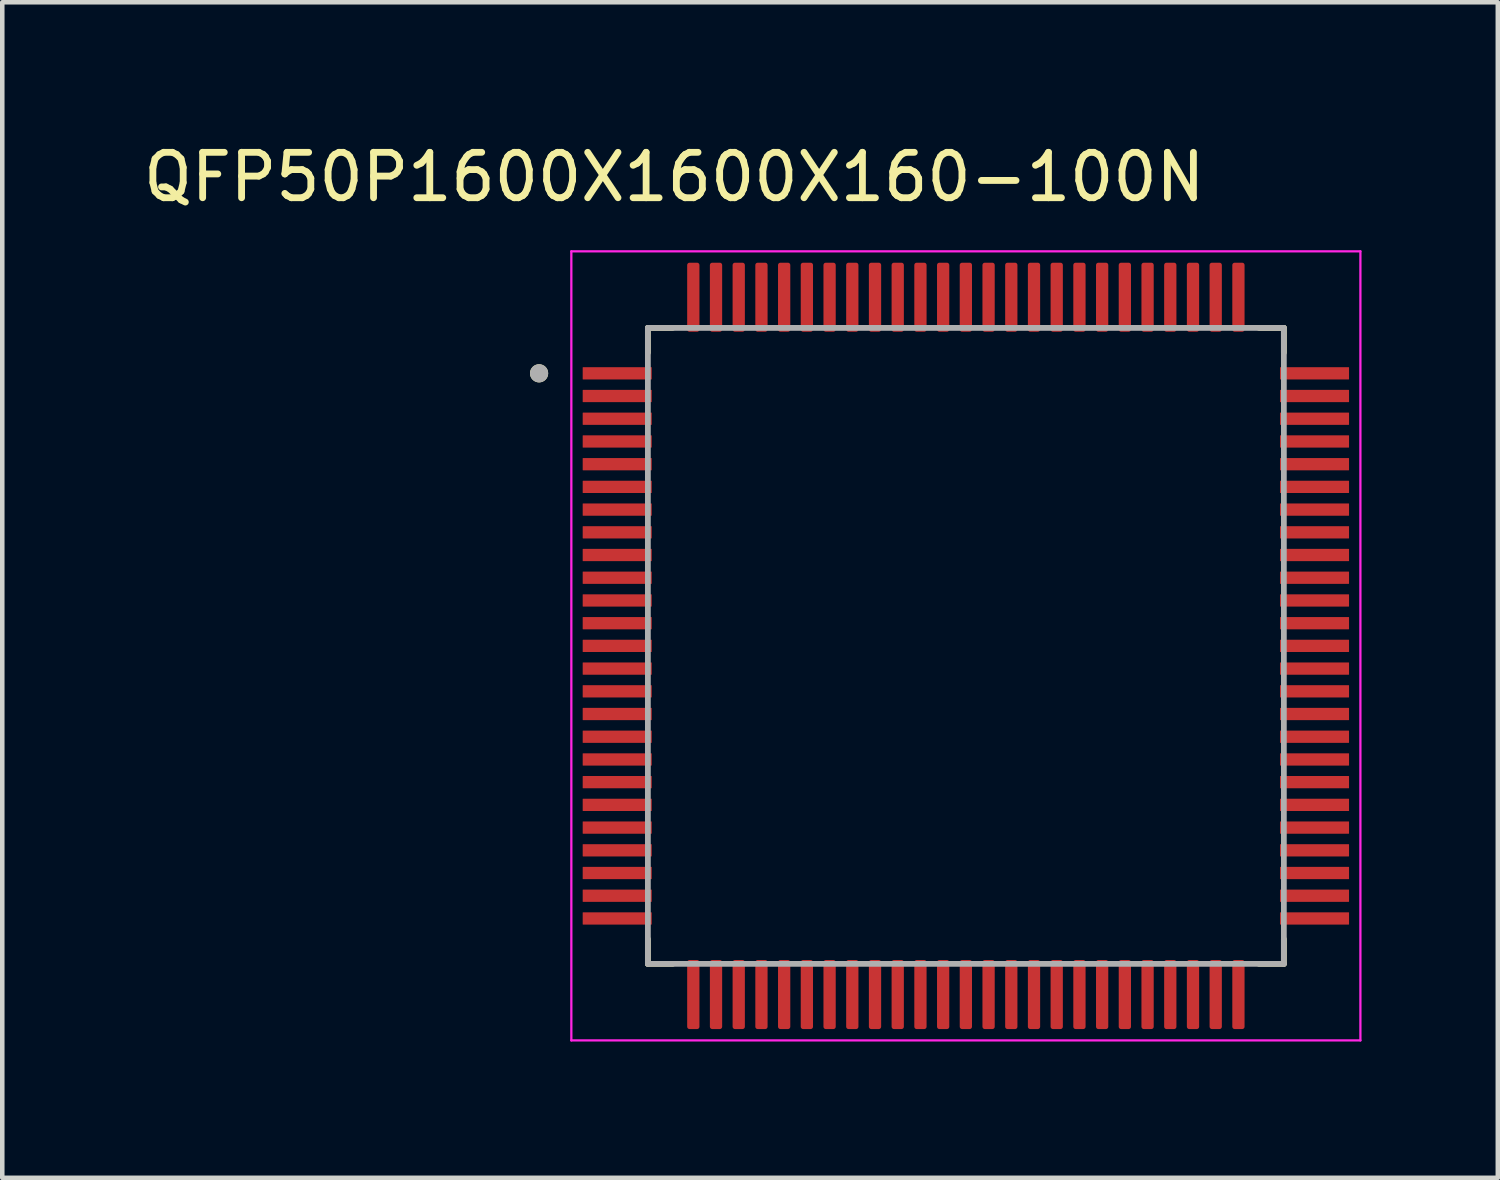
<source format=kicad_pcb>
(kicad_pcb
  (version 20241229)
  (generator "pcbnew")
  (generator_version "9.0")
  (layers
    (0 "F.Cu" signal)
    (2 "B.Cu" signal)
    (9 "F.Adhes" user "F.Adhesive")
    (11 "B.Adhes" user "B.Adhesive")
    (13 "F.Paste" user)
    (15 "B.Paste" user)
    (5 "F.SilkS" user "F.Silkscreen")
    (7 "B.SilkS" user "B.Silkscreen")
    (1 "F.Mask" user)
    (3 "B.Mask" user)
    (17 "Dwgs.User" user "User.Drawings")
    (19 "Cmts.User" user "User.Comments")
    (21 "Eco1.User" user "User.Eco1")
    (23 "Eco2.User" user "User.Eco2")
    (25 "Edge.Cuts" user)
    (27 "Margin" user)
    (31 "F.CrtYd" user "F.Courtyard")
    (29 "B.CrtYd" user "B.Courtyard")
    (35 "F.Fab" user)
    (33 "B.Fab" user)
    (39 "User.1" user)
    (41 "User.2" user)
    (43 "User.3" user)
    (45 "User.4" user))
  (footprint "QFP50P1600X1600X160-100N"
    (layer "F.Cu")
    (at 18.212 11.168)
    (property "Reference" "QFP50P1600X1600X160-100N" (at -6.42 -10.32 0) (layer "F.SilkS") (effects (font (size 1 1) (thickness 0.15))))
    (attr through_hole)
    (fp_line (start -7 -7) (end -7 -6.455) (stroke (width 0.127) (type solid)) (layer "F.SilkS"))
    (fp_line (start -7 -7) (end -6.455 -7) (stroke (width 0.127) (type solid)) (layer "F.SilkS"))
    (fp_line (start -7 7) (end -7 6.455) (stroke (width 0.127) (type solid)) (layer "F.SilkS"))
    (fp_line (start -7 7) (end -6.455 7) (stroke (width 0.127) (type solid)) (layer "F.SilkS"))
    (fp_line (start 7 -7) (end 6.455 -7) (stroke (width 0.127) (type solid)) (layer "F.SilkS"))
    (fp_line (start 7 -7) (end 7 -6.455) (stroke (width 0.127) (type solid)) (layer "F.SilkS"))
    (fp_line (start 7 7) (end 6.455 7) (stroke (width 0.127) (type solid)) (layer "F.SilkS"))
    (fp_line (start 7 7) (end 7 6.455) (stroke (width 0.127) (type solid)) (layer "F.SilkS"))
    (fp_circle (center -9.395 -6) (end -9.295 -6) (stroke (width 0.2) (type solid)) (fill no) (layer "F.SilkS"))
    (fp_line (start -8.685 -8.685) (end 8.685 -8.685) (stroke (width 0.05) (type solid)) (layer "F.CrtYd"))
    (fp_line (start -8.685 8.685) (end -8.685 -8.685) (stroke (width 0.05) (type solid)) (layer "F.CrtYd"))
    (fp_line (start -8.685 8.685) (end 8.685 8.685) (stroke (width 0.05) (type solid)) (layer "F.CrtYd"))
    (fp_line (start 8.685 8.685) (end 8.685 -8.685) (stroke (width 0.05) (type solid)) (layer "F.CrtYd"))
    (fp_line (start -7 7) (end -7 -7) (stroke (width 0.127) (type solid)) (layer "F.Fab"))
    (fp_line (start 7 -7) (end -7 -7) (stroke (width 0.127) (type solid)) (layer "F.Fab"))
    (fp_line (start 7 7) (end -7 7) (stroke (width 0.127) (type solid)) (layer "F.Fab"))
    (fp_line (start 7 7) (end 7 -7) (stroke (width 0.127) (type solid)) (layer "F.Fab"))
    (fp_circle (center -9.395 -6) (end -9.295 -6) (stroke (width 0.2) (type solid)) (fill no) (layer "F.Fab"))
    (pad "1" smd roundrect (at -7.675 -6) (size 1.52 0.27) (layers "F.Cu" "F.Mask" "F.Paste") (roundrect_rratio 0.03))
    (pad "2" smd roundrect (at -7.675 -5.5) (size 1.52 0.27) (layers "F.Cu" "F.Mask" "F.Paste") (roundrect_rratio 0.03))
    (pad "3" smd roundrect (at -7.675 -5) (size 1.52 0.27) (layers "F.Cu" "F.Mask" "F.Paste") (roundrect_rratio 0.03))
    (pad "4" smd roundrect (at -7.675 -4.5) (size 1.52 0.27) (layers "F.Cu" "F.Mask" "F.Paste") (roundrect_rratio 0.03))
    (pad "5" smd roundrect (at -7.675 -4) (size 1.52 0.27) (layers "F.Cu" "F.Mask" "F.Paste") (roundrect_rratio 0.03))
    (pad "6" smd roundrect (at -7.675 -3.5) (size 1.52 0.27) (layers "F.Cu" "F.Mask" "F.Paste") (roundrect_rratio 0.03))
    (pad "7" smd roundrect (at -7.675 -3) (size 1.52 0.27) (layers "F.Cu" "F.Mask" "F.Paste") (roundrect_rratio 0.03))
    (pad "8" smd roundrect (at -7.675 -2.5) (size 1.52 0.27) (layers "F.Cu" "F.Mask" "F.Paste") (roundrect_rratio 0.03))
    (pad "9" smd roundrect (at -7.675 -2) (size 1.52 0.27) (layers "F.Cu" "F.Mask" "F.Paste") (roundrect_rratio 0.03))
    (pad "10" smd roundrect (at -7.675 -1.5) (size 1.52 0.27) (layers "F.Cu" "F.Mask" "F.Paste") (roundrect_rratio 0.03))
    (pad "11" smd roundrect (at -7.675 -1) (size 1.52 0.27) (layers "F.Cu" "F.Mask" "F.Paste") (roundrect_rratio 0.03))
    (pad "12" smd roundrect (at -7.675 -0.5) (size 1.52 0.27) (layers "F.Cu" "F.Mask" "F.Paste") (roundrect_rratio 0.03))
    (pad "13" smd roundrect (at -7.675 0) (size 1.52 0.27) (layers "F.Cu" "F.Mask" "F.Paste") (roundrect_rratio 0.03))
    (pad "14" smd roundrect (at -7.675 0.5) (size 1.52 0.27) (layers "F.Cu" "F.Mask" "F.Paste") (roundrect_rratio 0.03))
    (pad "15" smd roundrect (at -7.675 1) (size 1.52 0.27) (layers "F.Cu" "F.Mask" "F.Paste") (roundrect_rratio 0.03))
    (pad "16" smd roundrect (at -7.675 1.5) (size 1.52 0.27) (layers "F.Cu" "F.Mask" "F.Paste") (roundrect_rratio 0.03))
    (pad "17" smd roundrect (at -7.675 2) (size 1.52 0.27) (layers "F.Cu" "F.Mask" "F.Paste") (roundrect_rratio 0.03))
    (pad "18" smd roundrect (at -7.675 2.5) (size 1.52 0.27) (layers "F.Cu" "F.Mask" "F.Paste") (roundrect_rratio 0.03))
    (pad "19" smd roundrect (at -7.675 3) (size 1.52 0.27) (layers "F.Cu" "F.Mask" "F.Paste") (roundrect_rratio 0.03))
    (pad "20" smd roundrect (at -7.675 3.5) (size 1.52 0.27) (layers "F.Cu" "F.Mask" "F.Paste") (roundrect_rratio 0.03))
    (pad "21" smd roundrect (at -7.675 4) (size 1.52 0.27) (layers "F.Cu" "F.Mask" "F.Paste") (roundrect_rratio 0.03))
    (pad "22" smd roundrect (at -7.675 4.5) (size 1.52 0.27) (layers "F.Cu" "F.Mask" "F.Paste") (roundrect_rratio 0.03))
    (pad "23" smd roundrect (at -7.675 5) (size 1.52 0.27) (layers "F.Cu" "F.Mask" "F.Paste") (roundrect_rratio 0.03))
    (pad "24" smd roundrect (at -7.675 5.5) (size 1.52 0.27) (layers "F.Cu" "F.Mask" "F.Paste") (roundrect_rratio 0.03))
    (pad "25" smd roundrect (at -7.675 6) (size 1.52 0.27) (layers "F.Cu" "F.Mask" "F.Paste") (roundrect_rratio 0.03))
    (pad "26" smd roundrect (at -6 7.675) (size 0.27 1.52) (layers "F.Cu" "F.Mask" "F.Paste") (roundrect_rratio 0.19))
    (pad "27" smd roundrect (at -5.5 7.675) (size 0.27 1.52) (layers "F.Cu" "F.Mask" "F.Paste") (roundrect_rratio 0.19))
    (pad "28" smd roundrect (at -5 7.675) (size 0.27 1.52) (layers "F.Cu" "F.Mask" "F.Paste") (roundrect_rratio 0.19))
    (pad "29" smd roundrect (at -4.5 7.675) (size 0.27 1.52) (layers "F.Cu" "F.Mask" "F.Paste") (roundrect_rratio 0.19))
    (pad "30" smd roundrect (at -4 7.675) (size 0.27 1.52) (layers "F.Cu" "F.Mask" "F.Paste") (roundrect_rratio 0.19))
    (pad "31" smd roundrect (at -3.5 7.675) (size 0.27 1.52) (layers "F.Cu" "F.Mask" "F.Paste") (roundrect_rratio 0.19))
    (pad "32" smd roundrect (at -3 7.675) (size 0.27 1.52) (layers "F.Cu" "F.Mask" "F.Paste") (roundrect_rratio 0.19))
    (pad "33" smd roundrect (at -2.5 7.675) (size 0.27 1.52) (layers "F.Cu" "F.Mask" "F.Paste") (roundrect_rratio 0.19))
    (pad "34" smd roundrect (at -2 7.675) (size 0.27 1.52) (layers "F.Cu" "F.Mask" "F.Paste") (roundrect_rratio 0.19))
    (pad "35" smd roundrect (at -1.5 7.675) (size 0.27 1.52) (layers "F.Cu" "F.Mask" "F.Paste") (roundrect_rratio 0.19))
    (pad "36" smd roundrect (at -1 7.675) (size 0.27 1.52) (layers "F.Cu" "F.Mask" "F.Paste") (roundrect_rratio 0.19))
    (pad "37" smd roundrect (at -0.5 7.675) (size 0.27 1.52) (layers "F.Cu" "F.Mask" "F.Paste") (roundrect_rratio 0.19))
    (pad "38" smd roundrect (at 0 7.675) (size 0.27 1.52) (layers "F.Cu" "F.Mask" "F.Paste") (roundrect_rratio 0.19))
    (pad "39" smd roundrect (at 0.5 7.675) (size 0.27 1.52) (layers "F.Cu" "F.Mask" "F.Paste") (roundrect_rratio 0.19))
    (pad "40" smd roundrect (at 1 7.675) (size 0.27 1.52) (layers "F.Cu" "F.Mask" "F.Paste") (roundrect_rratio 0.19))
    (pad "41" smd roundrect (at 1.5 7.675) (size 0.27 1.52) (layers "F.Cu" "F.Mask" "F.Paste") (roundrect_rratio 0.19))
    (pad "42" smd roundrect (at 2 7.675) (size 0.27 1.52) (layers "F.Cu" "F.Mask" "F.Paste") (roundrect_rratio 0.19))
    (pad "43" smd roundrect (at 2.5 7.675) (size 0.27 1.52) (layers "F.Cu" "F.Mask" "F.Paste") (roundrect_rratio 0.19))
    (pad "44" smd roundrect (at 3 7.675) (size 0.27 1.52) (layers "F.Cu" "F.Mask" "F.Paste") (roundrect_rratio 0.19))
    (pad "45" smd roundrect (at 3.5 7.675) (size 0.27 1.52) (layers "F.Cu" "F.Mask" "F.Paste") (roundrect_rratio 0.19))
    (pad "46" smd roundrect (at 4 7.675) (size 0.27 1.52) (layers "F.Cu" "F.Mask" "F.Paste") (roundrect_rratio 0.19))
    (pad "47" smd roundrect (at 4.5 7.675) (size 0.27 1.52) (layers "F.Cu" "F.Mask" "F.Paste") (roundrect_rratio 0.19))
    (pad "48" smd roundrect (at 5 7.675) (size 0.27 1.52) (layers "F.Cu" "F.Mask" "F.Paste") (roundrect_rratio 0.19))
    (pad "49" smd roundrect (at 5.5 7.675) (size 0.27 1.52) (layers "F.Cu" "F.Mask" "F.Paste") (roundrect_rratio 0.19))
    (pad "50" smd roundrect (at 6 7.675) (size 0.27 1.52) (layers "F.Cu" "F.Mask" "F.Paste") (roundrect_rratio 0.19))
    (pad "51" smd roundrect (at 7.675 6) (size 1.52 0.27) (layers "F.Cu" "F.Mask" "F.Paste") (roundrect_rratio 0.03))
    (pad "52" smd roundrect (at 7.675 5.5) (size 1.52 0.27) (layers "F.Cu" "F.Mask" "F.Paste") (roundrect_rratio 0.03))
    (pad "53" smd roundrect (at 7.675 5) (size 1.52 0.27) (layers "F.Cu" "F.Mask" "F.Paste") (roundrect_rratio 0.03))
    (pad "54" smd roundrect (at 7.675 4.5) (size 1.52 0.27) (layers "F.Cu" "F.Mask" "F.Paste") (roundrect_rratio 0.03))
    (pad "55" smd roundrect (at 7.675 4) (size 1.52 0.27) (layers "F.Cu" "F.Mask" "F.Paste") (roundrect_rratio 0.03))
    (pad "56" smd roundrect (at 7.675 3.5) (size 1.52 0.27) (layers "F.Cu" "F.Mask" "F.Paste") (roundrect_rratio 0.03))
    (pad "57" smd roundrect (at 7.675 3) (size 1.52 0.27) (layers "F.Cu" "F.Mask" "F.Paste") (roundrect_rratio 0.03))
    (pad "58" smd roundrect (at 7.675 2.5) (size 1.52 0.27) (layers "F.Cu" "F.Mask" "F.Paste") (roundrect_rratio 0.03))
    (pad "59" smd roundrect (at 7.675 2) (size 1.52 0.27) (layers "F.Cu" "F.Mask" "F.Paste") (roundrect_rratio 0.03))
    (pad "60" smd roundrect (at 7.675 1.5) (size 1.52 0.27) (layers "F.Cu" "F.Mask" "F.Paste") (roundrect_rratio 0.03))
    (pad "61" smd roundrect (at 7.675 1) (size 1.52 0.27) (layers "F.Cu" "F.Mask" "F.Paste") (roundrect_rratio 0.03))
    (pad "62" smd roundrect (at 7.675 0.5) (size 1.52 0.27) (layers "F.Cu" "F.Mask" "F.Paste") (roundrect_rratio 0.03))
    (pad "63" smd roundrect (at 7.675 0) (size 1.52 0.27) (layers "F.Cu" "F.Mask" "F.Paste") (roundrect_rratio 0.03))
    (pad "64" smd roundrect (at 7.675 -0.5) (size 1.52 0.27) (layers "F.Cu" "F.Mask" "F.Paste") (roundrect_rratio 0.03))
    (pad "65" smd roundrect (at 7.675 -1) (size 1.52 0.27) (layers "F.Cu" "F.Mask" "F.Paste") (roundrect_rratio 0.03))
    (pad "66" smd roundrect (at 7.675 -1.5) (size 1.52 0.27) (layers "F.Cu" "F.Mask" "F.Paste") (roundrect_rratio 0.03))
    (pad "67" smd roundrect (at 7.675 -2) (size 1.52 0.27) (layers "F.Cu" "F.Mask" "F.Paste") (roundrect_rratio 0.03))
    (pad "68" smd roundrect (at 7.675 -2.5) (size 1.52 0.27) (layers "F.Cu" "F.Mask" "F.Paste") (roundrect_rratio 0.03))
    (pad "69" smd roundrect (at 7.675 -3) (size 1.52 0.27) (layers "F.Cu" "F.Mask" "F.Paste") (roundrect_rratio 0.03))
    (pad "70" smd roundrect (at 7.675 -3.5) (size 1.52 0.27) (layers "F.Cu" "F.Mask" "F.Paste") (roundrect_rratio 0.03))
    (pad "71" smd roundrect (at 7.675 -4) (size 1.52 0.27) (layers "F.Cu" "F.Mask" "F.Paste") (roundrect_rratio 0.03))
    (pad "72" smd roundrect (at 7.675 -4.5) (size 1.52 0.27) (layers "F.Cu" "F.Mask" "F.Paste") (roundrect_rratio 0.03))
    (pad "73" smd roundrect (at 7.675 -5) (size 1.52 0.27) (layers "F.Cu" "F.Mask" "F.Paste") (roundrect_rratio 0.03))
    (pad "74" smd roundrect (at 7.675 -5.5) (size 1.52 0.27) (layers "F.Cu" "F.Mask" "F.Paste") (roundrect_rratio 0.03))
    (pad "75" smd roundrect (at 7.675 -6) (size 1.52 0.27) (layers "F.Cu" "F.Mask" "F.Paste") (roundrect_rratio 0.03))
    (pad "76" smd roundrect (at 6 -7.675) (size 0.27 1.52) (layers "F.Cu" "F.Mask" "F.Paste") (roundrect_rratio 0.19))
    (pad "77" smd roundrect (at 5.5 -7.675) (size 0.27 1.52) (layers "F.Cu" "F.Mask" "F.Paste") (roundrect_rratio 0.19))
    (pad "78" smd roundrect (at 5 -7.675) (size 0.27 1.52) (layers "F.Cu" "F.Mask" "F.Paste") (roundrect_rratio 0.19))
    (pad "79" smd roundrect (at 4.5 -7.675) (size 0.27 1.52) (layers "F.Cu" "F.Mask" "F.Paste") (roundrect_rratio 0.19))
    (pad "80" smd roundrect (at 4 -7.675) (size 0.27 1.52) (layers "F.Cu" "F.Mask" "F.Paste") (roundrect_rratio 0.19))
    (pad "81" smd roundrect (at 3.5 -7.675) (size 0.27 1.52) (layers "F.Cu" "F.Mask" "F.Paste") (roundrect_rratio 0.19))
    (pad "82" smd roundrect (at 3 -7.675) (size 0.27 1.52) (layers "F.Cu" "F.Mask" "F.Paste") (roundrect_rratio 0.19))
    (pad "83" smd roundrect (at 2.5 -7.675) (size 0.27 1.52) (layers "F.Cu" "F.Mask" "F.Paste") (roundrect_rratio 0.19))
    (pad "84" smd roundrect (at 2 -7.675) (size 0.27 1.52) (layers "F.Cu" "F.Mask" "F.Paste") (roundrect_rratio 0.19))
    (pad "85" smd roundrect (at 1.5 -7.675) (size 0.27 1.52) (layers "F.Cu" "F.Mask" "F.Paste") (roundrect_rratio 0.19))
    (pad "86" smd roundrect (at 1 -7.675) (size 0.27 1.52) (layers "F.Cu" "F.Mask" "F.Paste") (roundrect_rratio 0.19))
    (pad "87" smd roundrect (at 0.5 -7.675) (size 0.27 1.52) (layers "F.Cu" "F.Mask" "F.Paste") (roundrect_rratio 0.19))
    (pad "88" smd roundrect (at 0 -7.675) (size 0.27 1.52) (layers "F.Cu" "F.Mask" "F.Paste") (roundrect_rratio 0.19))
    (pad "89" smd roundrect (at -0.5 -7.675) (size 0.27 1.52) (layers "F.Cu" "F.Mask" "F.Paste") (roundrect_rratio 0.19))
    (pad "90" smd roundrect (at -1 -7.675) (size 0.27 1.52) (layers "F.Cu" "F.Mask" "F.Paste") (roundrect_rratio 0.19))
    (pad "91" smd roundrect (at -1.5 -7.675) (size 0.27 1.52) (layers "F.Cu" "F.Mask" "F.Paste") (roundrect_rratio 0.19))
    (pad "92" smd roundrect (at -2 -7.675) (size 0.27 1.52) (layers "F.Cu" "F.Mask" "F.Paste") (roundrect_rratio 0.19))
    (pad "93" smd roundrect (at -2.5 -7.675) (size 0.27 1.52) (layers "F.Cu" "F.Mask" "F.Paste") (roundrect_rratio 0.19))
    (pad "94" smd roundrect (at -3 -7.675) (size 0.27 1.52) (layers "F.Cu" "F.Mask" "F.Paste") (roundrect_rratio 0.19))
    (pad "95" smd roundrect (at -3.5 -7.675) (size 0.27 1.52) (layers "F.Cu" "F.Mask" "F.Paste") (roundrect_rratio 0.19))
    (pad "96" smd roundrect (at -4 -7.675) (size 0.27 1.52) (layers "F.Cu" "F.Mask" "F.Paste") (roundrect_rratio 0.19))
    (pad "97" smd roundrect (at -4.5 -7.675) (size 0.27 1.52) (layers "F.Cu" "F.Mask" "F.Paste") (roundrect_rratio 0.19))
    (pad "98" smd roundrect (at -5 -7.675) (size 0.27 1.52) (layers "F.Cu" "F.Mask" "F.Paste") (roundrect_rratio 0.19))
    (pad "99" smd roundrect (at -5.5 -7.675) (size 0.27 1.52) (layers "F.Cu" "F.Mask" "F.Paste") (roundrect_rratio 0.19))
    (pad "100" smd roundrect (at -6 -7.675) (size 0.27 1.52) (layers "F.Cu" "F.Mask" "F.Paste") (roundrect_rratio 0.19)))
  (gr_rect
    (start -3 -3)
    (end 29.922 22.878)
    (stroke (width 0.1) (type default))
    (fill no)
    (layer "Edge.Cuts")))
</source>
